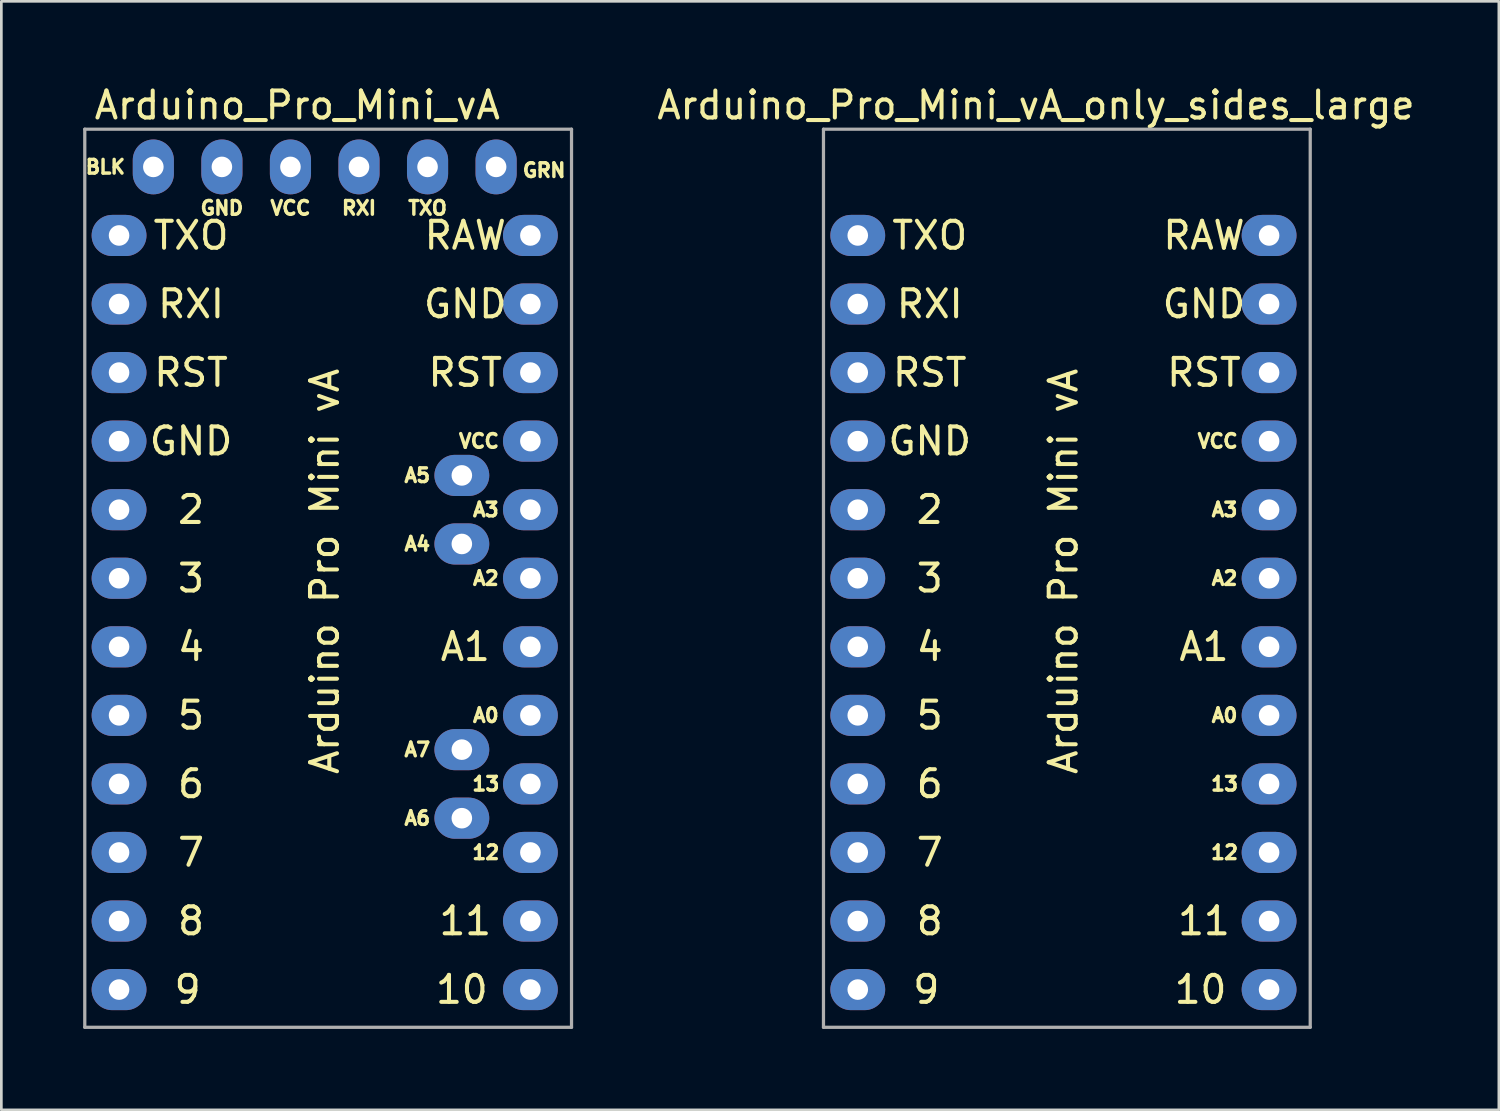
<source format=kicad_pcb>
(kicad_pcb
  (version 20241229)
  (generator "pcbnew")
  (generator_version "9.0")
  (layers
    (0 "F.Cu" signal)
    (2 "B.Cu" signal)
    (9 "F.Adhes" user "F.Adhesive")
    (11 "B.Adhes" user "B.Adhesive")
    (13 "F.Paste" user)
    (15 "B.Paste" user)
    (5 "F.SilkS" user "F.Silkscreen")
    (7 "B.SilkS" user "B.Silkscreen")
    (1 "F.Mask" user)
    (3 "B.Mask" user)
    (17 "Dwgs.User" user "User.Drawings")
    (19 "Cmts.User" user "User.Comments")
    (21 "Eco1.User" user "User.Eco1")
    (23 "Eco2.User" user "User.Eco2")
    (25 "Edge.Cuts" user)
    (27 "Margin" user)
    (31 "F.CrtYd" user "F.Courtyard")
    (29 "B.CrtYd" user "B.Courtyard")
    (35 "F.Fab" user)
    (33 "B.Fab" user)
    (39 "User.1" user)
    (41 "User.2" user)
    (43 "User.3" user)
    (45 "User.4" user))
  (footprint "Arduino_Pro_Mini_vA_only_sides_large"
    (layer "F.Cu")
    (at 28.73 5.674)
    (property "Reference" "Arduino_Pro_Mini_vA_only_sides_large" (at 6.604 -4.826 0) (layer "F.SilkS") (effects (font (size 1 1) (thickness 0.15))))
    (attr through_hole)
    (fp_line (start -1.27 -3.937) (end 16.764 -3.937) (stroke (width 0.12) (type solid)) (layer "F.Fab"))
    (fp_line (start -1.27 29.337) (end -1.27 -3.937) (stroke (width 0.12) (type solid)) (layer "F.Fab"))
    (fp_line (start 16.764 -3.937) (end 16.764 29.337) (stroke (width 0.12) (type solid)) (layer "F.Fab"))
    (fp_line (start 16.764 29.337) (end -1.27 29.337) (stroke (width 0.12) (type solid)) (layer "F.Fab"))
    (fp_text user "RST" (at 12.827 5.08 0) (layer "F.SilkS") (effects (font (size 1 1) (thickness 0.15))))
    (fp_text user "A0" (at 13.589 17.78 0) (layer "F.SilkS") (effects (font (size 0.508 0.508) (thickness 0.127))))
    (fp_text user "8" (at 2.667 25.4 0) (layer "F.SilkS") (effects (font (size 1 1) (thickness 0.15))))
    (fp_text user "A3" (at 13.589 10.16 0) (layer "F.SilkS") (effects (font (size 0.508 0.508) (thickness 0.127))))
    (fp_text user "GND" (at 12.827 2.54 0) (layer "F.SilkS") (effects (font (size 1 1) (thickness 0.15))))
    (fp_text user "9" (at 2.54 27.94 0) (layer "F.SilkS") (effects (font (size 1 1) (thickness 0.15))))
    (fp_text user "6" (at 2.667 20.32 0) (layer "F.SilkS") (effects (font (size 1 1) (thickness 0.15))))
    (fp_text user "A1" (at 12.827 15.24 0) (layer "F.SilkS") (effects (font (size 1 1) (thickness 0.15))))
    (fp_text user "5" (at 2.667 17.78 0) (layer "F.SilkS") (effects (font (size 1 1) (thickness 0.15))))
    (fp_text user "4" (at 2.667 15.24 0) (layer "F.SilkS") (effects (font (size 1 1) (thickness 0.15))))
    (fp_text user "11" (at 12.827 25.4 0) (layer "F.SilkS") (effects (font (size 1 1) (thickness 0.15))))
    (fp_text user "10" (at 12.7 27.94 0) (layer "F.SilkS") (effects (font (size 1 1) (thickness 0.15))))
    (fp_text user "2" (at 2.667 10.16 0) (layer "F.SilkS") (effects (font (size 1 1) (thickness 0.15))))
    (fp_text user "12" (at 13.589 22.86 0) (layer "F.SilkS") (effects (font (size 0.508 0.508) (thickness 0.127))))
    (fp_text user "A2" (at 13.589 12.7 0) (layer "F.SilkS") (effects (font (size 0.508 0.508) (thickness 0.127))))
    (fp_text user "7" (at 2.667 22.86 0) (layer "F.SilkS") (effects (font (size 1 1) (thickness 0.15))))
    (fp_text user "RXI" (at 2.667 2.54 0) (layer "F.SilkS") (effects (font (size 1 1) (thickness 0.15))))
    (fp_text user "GND" (at 2.667 7.62 0) (layer "F.SilkS") (effects (font (size 1 1) (thickness 0.15))))
    (fp_text user "VCC" (at 13.335 7.62 0) (layer "F.SilkS") (effects (font (size 0.508 0.508) (thickness 0.127))))
    (fp_text user "TXO" (at 2.667 0 0) (layer "F.SilkS") (effects (font (size 1 1) (thickness 0.15))))
    (fp_text user "Arduino Pro Mini vA" (at 7.62 12.446 270) (layer "F.SilkS") (effects (font (size 1 1) (thickness 0.15))))
    (fp_text user "RAW" (at 12.827 0 0) (layer "F.SilkS") (effects (font (size 1 1) (thickness 0.15))))
    (fp_text user "3" (at 2.667 12.7 0) (layer "F.SilkS") (effects (font (size 1 1) (thickness 0.15))))
    (fp_text user "13" (at 13.589 20.32 0) (layer "F.SilkS") (effects (font (size 0.508 0.508) (thickness 0.127))))
    (fp_text user "RST" (at 2.667 5.08 0) (layer "F.SilkS") (effects (font (size 1 1) (thickness 0.15))))
    (pad "1" thru_hole oval (at 0 0) (size 2.032 1.524) (drill 0.762) (layers "*.Cu" "*.Mask"))
    (pad "2" thru_hole oval (at 0 2.54) (size 2.032 1.524) (drill 0.762) (layers "*.Cu" "*.Mask"))
    (pad "3" thru_hole oval (at 0 5.08) (size 2.032 1.524) (drill 0.762) (layers "*.Cu" "*.Mask"))
    (pad "4" thru_hole oval (at 0 7.62) (size 2.032 1.524) (drill 0.762) (layers "*.Cu" "*.Mask"))
    (pad "5" thru_hole oval (at 0 10.16) (size 2.032 1.524) (drill 0.762) (layers "*.Cu" "*.Mask"))
    (pad "6" thru_hole oval (at 0 12.7) (size 2.032 1.524) (drill 0.762) (layers "*.Cu" "*.Mask"))
    (pad "7" thru_hole oval (at 0 15.24) (size 2.032 1.524) (drill 0.762) (layers "*.Cu" "*.Mask"))
    (pad "8" thru_hole oval (at 0 17.78) (size 2.032 1.524) (drill 0.762) (layers "*.Cu" "*.Mask"))
    (pad "9" thru_hole oval (at 0 20.32) (size 2.032 1.524) (drill 0.762) (layers "*.Cu" "*.Mask"))
    (pad "10" thru_hole oval (at 0 22.86) (size 2.032 1.524) (drill 0.762) (layers "*.Cu" "*.Mask"))
    (pad "11" thru_hole oval (at 0 25.4) (size 2.032 1.524) (drill 0.762) (layers "*.Cu" "*.Mask"))
    (pad "12" thru_hole oval (at 0 27.94) (size 2.032 1.524) (drill 0.762) (layers "*.Cu" "*.Mask"))
    (pad "13" thru_hole oval (at 15.24 0) (size 2.032 1.524) (drill 0.762) (layers "*.Cu" "*.Mask"))
    (pad "14" thru_hole oval (at 15.24 2.54) (size 2.032 1.524) (drill 0.762) (layers "*.Cu" "*.Mask"))
    (pad "15" thru_hole oval (at 15.24 5.08) (size 2.032 1.524) (drill 0.762) (layers "*.Cu" "*.Mask"))
    (pad "16" thru_hole oval (at 15.24 7.62) (size 2.032 1.524) (drill 0.762) (layers "*.Cu" "*.Mask"))
    (pad "17" thru_hole oval (at 15.24 10.16) (size 2.032 1.524) (drill 0.762) (layers "*.Cu" "*.Mask"))
    (pad "18" thru_hole oval (at 15.24 12.7) (size 2.032 1.524) (drill 0.762) (layers "*.Cu" "*.Mask"))
    (pad "19" thru_hole oval (at 15.24 15.24) (size 2.032 1.524) (drill 0.762) (layers "*.Cu" "*.Mask"))
    (pad "20" thru_hole oval (at 15.24 17.78) (size 2.032 1.524) (drill 0.762) (layers "*.Cu" "*.Mask"))
    (pad "21" thru_hole oval (at 15.24 20.32) (size 2.032 1.524) (drill 0.762) (layers "*.Cu" "*.Mask"))
    (pad "22" thru_hole oval (at 15.24 22.86) (size 2.032 1.524) (drill 0.762) (layers "*.Cu" "*.Mask"))
    (pad "23" thru_hole oval (at 15.24 25.4) (size 2.032 1.524) (drill 0.762) (layers "*.Cu" "*.Mask"))
    (pad "24" thru_hole oval (at 15.24 27.94) (size 2.032 1.524) (drill 0.762) (layers "*.Cu" "*.Mask")))
  (footprint "Arduino_Pro_Mini_vA"
    (layer "F.Cu")
    (at 1.361 5.674)
    (property "Reference" "Arduino_Pro_Mini_vA" (at 6.604 -4.826 0) (layer "F.SilkS") (effects (font (size 1 1) (thickness 0.15))))
    (attr through_hole)
    (fp_line (start -1.27 -3.937) (end 16.764 -3.937) (stroke (width 0.12) (type solid)) (layer "F.Fab"))
    (fp_line (start -1.27 29.337) (end -1.27 -3.937) (stroke (width 0.12) (type solid)) (layer "F.Fab"))
    (fp_line (start 16.764 -3.937) (end 16.764 29.337) (stroke (width 0.12) (type solid)) (layer "F.Fab"))
    (fp_line (start 16.764 29.337) (end -1.27 29.337) (stroke (width 0.12) (type solid)) (layer "F.Fab"))
    (fp_text user "A2" (at 13.589 12.7 0) (layer "F.SilkS") (effects (font (size 0.508 0.508) (thickness 0.127))))
    (fp_text user "RAW" (at 12.827 0 0) (layer "F.SilkS") (effects (font (size 1 1) (thickness 0.15))))
    (fp_text user "12" (at 13.589 22.86 0) (layer "F.SilkS") (effects (font (size 0.508 0.508) (thickness 0.127))))
    (fp_text user "GND" (at 12.827 2.54 0) (layer "F.SilkS") (effects (font (size 1 1) (thickness 0.15))))
    (fp_text user "9" (at 2.54 27.94 0) (layer "F.SilkS") (effects (font (size 1 1) (thickness 0.15))))
    (fp_text user "8" (at 2.667 25.4 0) (layer "F.SilkS") (effects (font (size 1 1) (thickness 0.15))))
    (fp_text user "13" (at 13.589 20.32 0) (layer "F.SilkS") (effects (font (size 0.508 0.508) (thickness 0.127))))
    (fp_text user "10" (at 12.7 27.94 0) (layer "F.SilkS") (effects (font (size 1 1) (thickness 0.15))))
    (fp_text user "TXO" (at 2.667 0 0) (layer "F.SilkS") (effects (font (size 1 1) (thickness 0.15))))
    (fp_text user "4" (at 2.667 15.24 0) (layer "F.SilkS") (effects (font (size 1 1) (thickness 0.15))))
    (fp_text user "GND" (at 2.667 7.62 0) (layer "F.SilkS") (effects (font (size 1 1) (thickness 0.15))))
    (fp_text user "3" (at 2.667 12.7 0) (layer "F.SilkS") (effects (font (size 1 1) (thickness 0.15))))
    (fp_text user "A3" (at 13.589 10.16 0) (layer "F.SilkS") (effects (font (size 0.508 0.508) (thickness 0.127))))
    (fp_text user "VCC" (at 13.335 7.62 0) (layer "F.SilkS") (effects (font (size 0.508 0.508) (thickness 0.127))))
    (fp_text user "TXO" (at 11.43 -1.016 0) (layer "F.SilkS") (effects (font (size 0.508 0.508) (thickness 0.127))))
    (fp_text user "11" (at 12.827 25.4 0) (layer "F.SilkS") (effects (font (size 1 1) (thickness 0.15))))
    (fp_text user "A7" (at 11.049 19.05 0) (layer "F.SilkS") (effects (font (size 0.508 0.508) (thickness 0.127))))
    (fp_text user "BLK" (at -0.508 -2.54 0) (layer "F.SilkS") (effects (font (size 0.508 0.508) (thickness 0.127))))
    (fp_text user "A4" (at 11.049 11.43 0) (layer "F.SilkS") (effects (font (size 0.508 0.508) (thickness 0.127))))
    (fp_text user "GND" (at 3.81 -1.016 0) (layer "F.SilkS") (effects (font (size 0.508 0.508) (thickness 0.127))))
    (fp_text user "RXI" (at 8.89 -1.016 0) (layer "F.SilkS") (effects (font (size 0.508 0.508) (thickness 0.127))))
    (fp_text user "RXI" (at 2.667 2.54 0) (layer "F.SilkS") (effects (font (size 1 1) (thickness 0.15))))
    (fp_text user "RST" (at 12.827 5.08 0) (layer "F.SilkS") (effects (font (size 1 1) (thickness 0.15))))
    (fp_text user "RST" (at 2.667 5.08 0) (layer "F.SilkS") (effects (font (size 1 1) (thickness 0.15))))
    (fp_text user "A5" (at 11.049 8.89 0) (layer "F.SilkS") (effects (font (size 0.508 0.508) (thickness 0.127))))
    (fp_text user "VCC" (at 6.35 -1.016 0) (layer "F.SilkS") (effects (font (size 0.508 0.508) (thickness 0.127))))
    (fp_text user "GRN" (at 15.748 -2.413 0) (layer "F.SilkS") (effects (font (size 0.508 0.508) (thickness 0.127))))
    (fp_text user "6" (at 2.667 20.32 0) (layer "F.SilkS") (effects (font (size 1 1) (thickness 0.15))))
    (fp_text user "A6" (at 11.049 21.59 0) (layer "F.SilkS") (effects (font (size 0.508 0.508) (thickness 0.127))))
    (fp_text user "Arduino Pro Mini vA" (at 7.62 12.446 270) (layer "F.SilkS") (effects (font (size 1 1) (thickness 0.15))))
    (fp_text user "7" (at 2.667 22.86 0) (layer "F.SilkS") (effects (font (size 1 1) (thickness 0.15))))
    (fp_text user "2" (at 2.667 10.16 0) (layer "F.SilkS") (effects (font (size 1 1) (thickness 0.15))))
    (fp_text user "A0" (at 13.589 17.78 0) (layer "F.SilkS") (effects (font (size 0.508 0.508) (thickness 0.127))))
    (fp_text user "A1" (at 12.827 15.24 0) (layer "F.SilkS") (effects (font (size 1 1) (thickness 0.15))))
    (fp_text user "5" (at 2.667 17.78 0) (layer "F.SilkS") (effects (font (size 1 1) (thickness 0.15))))
    (pad "1" thru_hole oval (at 0 0) (size 2.032 1.524) (drill 0.762) (layers "*.Cu" "*.Mask"))
    (pad "2" thru_hole oval (at 0 2.54) (size 2.032 1.524) (drill 0.762) (layers "*.Cu" "*.Mask"))
    (pad "3" thru_hole oval (at 0 5.08) (size 2.032 1.524) (drill 0.762) (layers "*.Cu" "*.Mask"))
    (pad "4" thru_hole oval (at 0 7.62) (size 2.032 1.524) (drill 0.762) (layers "*.Cu" "*.Mask"))
    (pad "5" thru_hole oval (at 0 10.16) (size 2.032 1.524) (drill 0.762) (layers "*.Cu" "*.Mask"))
    (pad "6" thru_hole oval (at 0 12.7) (size 2.032 1.524) (drill 0.762) (layers "*.Cu" "*.Mask"))
    (pad "7" thru_hole oval (at 0 15.24) (size 2.032 1.524) (drill 0.762) (layers "*.Cu" "*.Mask"))
    (pad "8" thru_hole oval (at 0 17.78) (size 2.032 1.524) (drill 0.762) (layers "*.Cu" "*.Mask"))
    (pad "9" thru_hole oval (at 0 20.32) (size 2.032 1.524) (drill 0.762) (layers "*.Cu" "*.Mask"))
    (pad "10" thru_hole oval (at 0 22.86) (size 2.032 1.524) (drill 0.762) (layers "*.Cu" "*.Mask"))
    (pad "11" thru_hole oval (at 0 25.4) (size 2.032 1.524) (drill 0.762) (layers "*.Cu" "*.Mask"))
    (pad "12" thru_hole oval (at 0 27.94) (size 2.032 1.524) (drill 0.762) (layers "*.Cu" "*.Mask"))
    (pad "13" thru_hole oval (at 15.24 0) (size 2.032 1.524) (drill 0.762) (layers "*.Cu" "*.Mask"))
    (pad "14" thru_hole oval (at 15.24 2.54) (size 2.032 1.524) (drill 0.762) (layers "*.Cu" "*.Mask"))
    (pad "15" thru_hole oval (at 15.24 5.08) (size 2.032 1.524) (drill 0.762) (layers "*.Cu" "*.Mask"))
    (pad "16" thru_hole oval (at 15.24 7.62) (size 2.032 1.524) (drill 0.762) (layers "*.Cu" "*.Mask"))
    (pad "17" thru_hole oval (at 15.24 10.16) (size 2.032 1.524) (drill 0.762) (layers "*.Cu" "*.Mask"))
    (pad "18" thru_hole oval (at 15.24 12.7) (size 2.032 1.524) (drill 0.762) (layers "*.Cu" "*.Mask"))
    (pad "19" thru_hole oval (at 15.24 15.24) (size 2.032 1.524) (drill 0.762) (layers "*.Cu" "*.Mask"))
    (pad "20" thru_hole oval (at 15.24 17.78) (size 2.032 1.524) (drill 0.762) (layers "*.Cu" "*.Mask"))
    (pad "21" thru_hole oval (at 15.24 20.32) (size 2.032 1.524) (drill 0.762) (layers "*.Cu" "*.Mask"))
    (pad "22" thru_hole oval (at 15.24 22.86) (size 2.032 1.524) (drill 0.762) (layers "*.Cu" "*.Mask"))
    (pad "23" thru_hole oval (at 15.24 25.4) (size 2.032 1.524) (drill 0.762) (layers "*.Cu" "*.Mask"))
    (pad "24" thru_hole oval (at 15.24 27.94) (size 2.032 1.524) (drill 0.762) (layers "*.Cu" "*.Mask"))
    (pad "25" thru_hole oval (at 12.7 11.43) (size 2.032 1.524) (drill 0.762) (layers "*.Cu" "*.Mask"))
    (pad "26" thru_hole oval (at 12.7 8.89) (size 2.032 1.524) (drill 0.762) (layers "*.Cu" "*.Mask"))
    (pad "27" thru_hole oval (at 12.7 21.59) (size 2.032 1.524) (drill 0.762) (layers "*.Cu" "*.Mask"))
    (pad "28" thru_hole oval (at 12.7 19.05) (size 2.032 1.524) (drill 0.762) (layers "*.Cu" "*.Mask"))
    (pad "29" thru_hole oval (at 1.27 -2.54) (size 1.524 2.032) (drill 0.762) (layers "*.Cu" "*.Mask"))
    (pad "30" thru_hole oval (at 3.81 -2.54) (size 1.524 2.032) (drill 0.762) (layers "*.Cu" "*.Mask"))
    (pad "31" thru_hole oval (at 6.35 -2.54) (size 1.524 2.032) (drill 0.762) (layers "*.Cu" "*.Mask"))
    (pad "32" thru_hole oval (at 8.89 -2.54) (size 1.524 2.032) (drill 0.762) (layers "*.Cu" "*.Mask"))
    (pad "33" thru_hole oval (at 11.43 -2.54) (size 1.524 2.032) (drill 0.762) (layers "*.Cu" "*.Mask"))
    (pad "34" thru_hole oval (at 13.97 -2.54) (size 1.524 2.032) (drill 0.762) (layers "*.Cu" "*.Mask")))
  (gr_rect
    (start -3 -3)
    (end 52.483 38.071)
    (stroke (width 0.1) (type default))
    (fill no)
    (layer "Edge.Cuts")))
</source>
